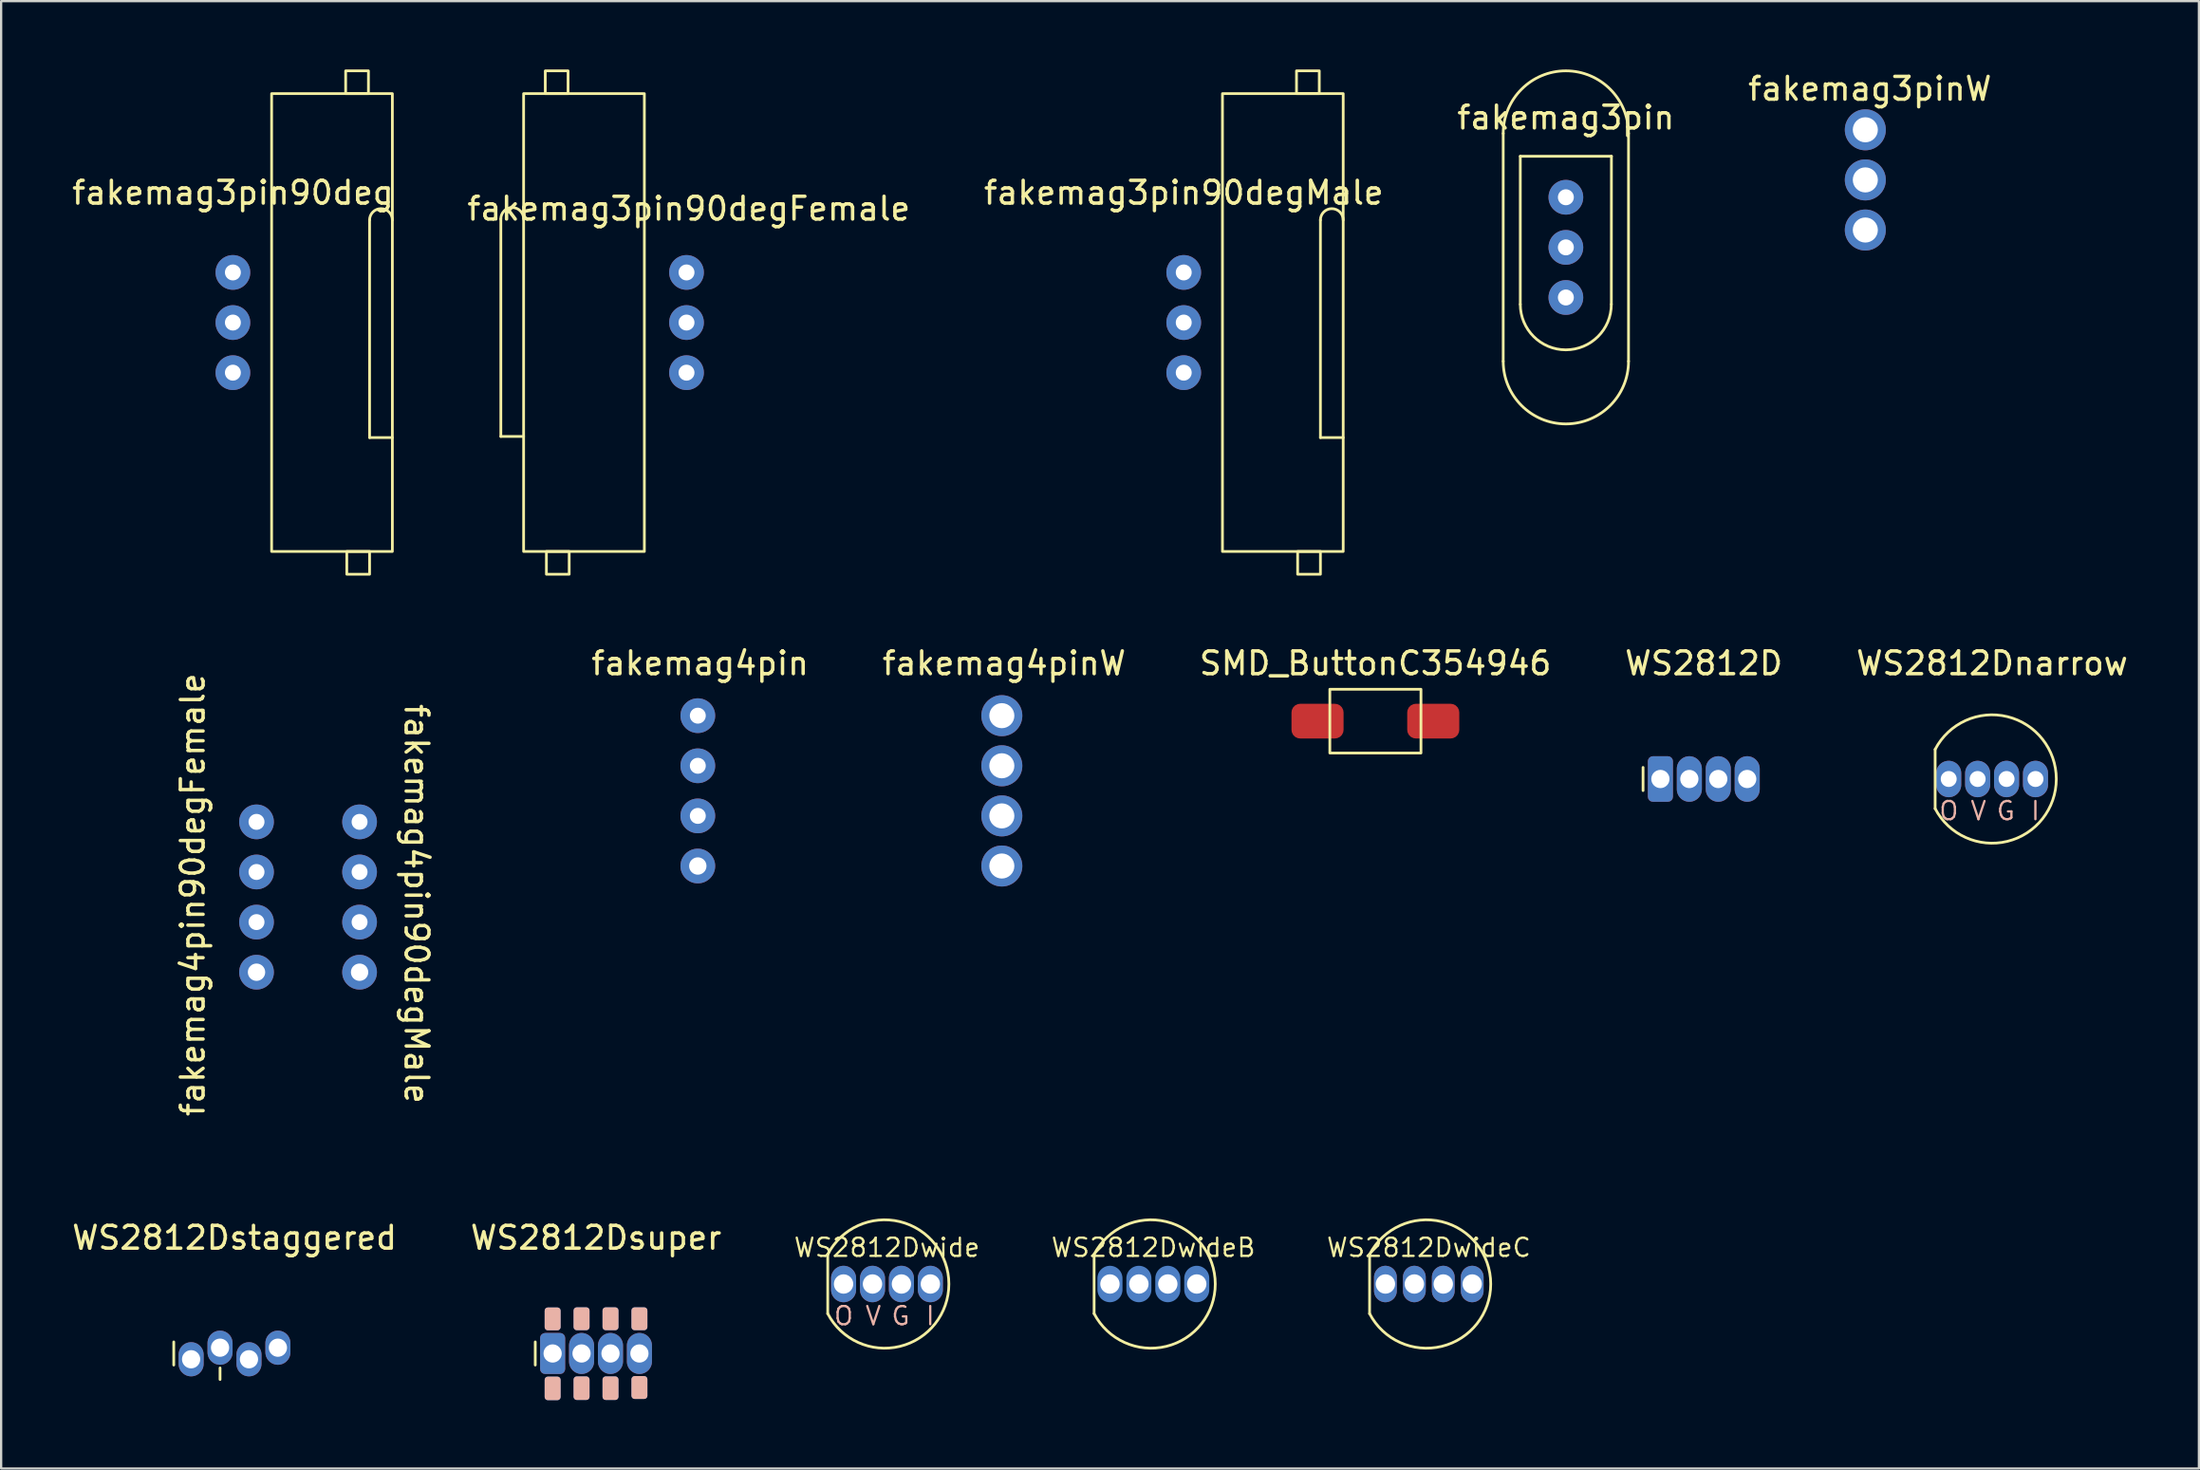
<source format=kicad_pcb>
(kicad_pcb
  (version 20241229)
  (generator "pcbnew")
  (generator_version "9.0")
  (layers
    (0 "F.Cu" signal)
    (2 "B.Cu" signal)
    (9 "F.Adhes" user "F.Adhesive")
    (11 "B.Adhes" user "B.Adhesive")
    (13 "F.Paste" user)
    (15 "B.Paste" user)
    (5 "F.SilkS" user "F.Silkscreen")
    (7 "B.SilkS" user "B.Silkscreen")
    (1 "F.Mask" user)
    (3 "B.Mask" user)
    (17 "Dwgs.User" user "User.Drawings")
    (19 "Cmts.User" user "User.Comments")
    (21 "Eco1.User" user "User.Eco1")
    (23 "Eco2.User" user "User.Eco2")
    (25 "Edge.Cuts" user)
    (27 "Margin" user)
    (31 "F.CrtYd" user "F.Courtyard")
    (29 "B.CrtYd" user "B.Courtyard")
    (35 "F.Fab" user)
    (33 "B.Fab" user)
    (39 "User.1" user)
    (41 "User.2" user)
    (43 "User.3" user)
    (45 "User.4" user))
  (footprint "WS2812Dstaggered"
    (layer "F.Cu")
    (at 7.244 56.368)
    (property "Reference" "WS2812Dstaggered" (at 0 -5.08 0) (unlocked yes) (layer "F.SilkS") (effects (font (size 1 1) (thickness 0.15))))
    (attr through_hole)
    (fp_line (start -2.667 -0.508) (end -2.667 0.508) (stroke (width 0.12) (type solid)) (layer "F.SilkS"))
    (fp_line (start -0.635 0.635) (end -0.635 1.143) (stroke (width 0.12) (type solid)) (layer "F.SilkS"))
    (pad "1" thru_hole oval (at -1.905 0.254) (size 1.1 1.5) (drill 0.8) (layers "*.Cu" "*.Mask"))
    (pad "2" thru_hole oval (at -0.635 -0.254) (size 1.1 1.5) (drill 0.8) (layers "*.Cu" "*.Mask"))
    (pad "3" thru_hole oval (at 0.635 0.254) (size 1.1 1.5) (drill 0.8) (layers "*.Cu" "*.Mask"))
    (pad "4" thru_hole oval (at 1.905 -0.254) (size 1.1 1.5) (drill 0.8) (layers "*.Cu" "*.Mask")))
  (footprint "fakemag4pin"
    (layer "F.Cu")
    (at 27.581 31.668)
    (property "Reference" "fakemag4pin" (at 0.1 -5.6 0) (unlocked yes) (layer "F.SilkS") (effects (font (size 1 1) (thickness 0.15))))
    (attr through_hole)
    (pad "1" thru_hole circle (at 0 -3.3) (size 1.524 1.524) (drill 0.7) (layers "*.Cu" "*.Mask"))
    (pad "2" thru_hole circle (at 0 -1.1) (size 1.524 1.524) (drill 0.7) (layers "*.Cu" "*.Mask"))
    (pad "3" thru_hole circle (at 0 1.1) (size 1.524 1.524) (drill 0.7) (layers "*.Cu" "*.Mask"))
    (pad "4" thru_hole circle (at 0 3.3) (size 1.524 1.524) (drill 0.762) (layers "*.Cu" "*.Mask")))
  (footprint "SMD_ButtonC354946"
    (layer "F.Cu")
    (at 57.324 28.608)
    (property "Reference" "SMD_ButtonC354946" (at 0 -2.54 0) (unlocked yes) (layer "F.SilkS") (effects (font (size 1 1) (thickness 0.15))))
    (attr smd)
    (fp_rect (start -2 -1.4) (end 2 1.4) (stroke (width 0.12) (type solid)) (fill no) (layer "F.SilkS"))
    (pad "1" smd roundrect (at -2.54 0) (size 2.286 1.524) (layers "F.Cu" "F.Mask" "F.Paste") (roundrect_rratio 0.25))
    (pad "2" smd roundrect (at 2.54 0) (size 2.286 1.524) (layers "F.Cu" "F.Mask" "F.Paste") (roundrect_rratio 0.25)))
  (footprint "WS2812DwideB"
    (layer "F.Cu")
    (at 47.577 53.318)
    (property "Reference" "WS2812DwideB" (at 0 -1.6 0) (unlocked yes) (layer "F.SilkS") (effects (font (size 0.8 0.8) (thickness 0.1))))
    (attr through_hole)
    (fp_line (start -2.6 -1.3) (end -2.6 1.3) (stroke (width 0.12) (type solid)) (layer "F.SilkS"))
    (fp_arc (start -2.6 -1.3) (mid 2.717823 0) (end -2.6 1.3) (stroke (width 0.12) (type solid)) (layer "F.SilkS"))
    (pad "" smd oval (at -1.905 0) (size 1.1 1.6) (layers "F.Mask" "B.Cu" "F.Paste"))
    (pad "" smd oval (at -0.635 0) (size 1.1 1.6) (layers "F.Mask" "B.Cu" "F.Paste"))
    (pad "" smd oval (at 0.635 0) (size 1.1 1.6) (layers "F.Mask" "B.Cu" "F.Paste"))
    (pad "" smd oval (at 1.905 0) (size 1.1 1.6) (layers "F.Mask" "B.Cu" "F.Paste"))
    (pad "1" thru_hole circle (at -1.905 0) (size 0.95 0.95) (drill 0.85) (layers "*.Cu" "*.Mask"))
    (pad "2" thru_hole circle (at -0.635 0) (size 0.95 0.95) (drill 0.85) (layers "*.Cu" "*.Mask"))
    (pad "3" thru_hole circle (at 0.635 0) (size 0.95 0.95) (drill 0.85) (layers "*.Cu" "*.Mask"))
    (pad "4" thru_hole circle (at 1.905 0) (size 0.95 0.95) (drill 0.85) (layers "*.Cu" "*.Mask")))
  (footprint "fakemag4pin90degFemale"
    (layer "F.Cu")
    (at 8.21 36.33)
    (property "Reference" "fakemag4pin90degFemale" (at -2.8 -0.1 90) (unlocked yes) (layer "F.SilkS") (effects (font (size 1 1) (thickness 0.15))))
    (attr through_hole)
    (fp_line (start -8.15 -4.55) (end -8.15 5) (stroke (width 0.12) (type solid)) (layer "User.1"))
    (fp_line (start -7.15 5) (end -8.15 5) (stroke (width 0.12) (type solid)) (layer "User.1"))
    (fp_rect (start -6.2 -10.05) (end -5.2 -11.05) (stroke (width 0.12) (type solid)) (fill no) (layer "User.1"))
    (fp_rect (start -6.15 11.05) (end -5.15 10.05) (stroke (width 0.12) (type solid)) (fill no) (layer "User.1"))
    (fp_rect (start -1.85 -10.05) (end -7.15 10.05) (stroke (width 0.12) (type solid)) (fill no) (layer "User.1"))
    (fp_arc (start -8.15 -4.55) (mid -7.65 -5.05) (end -7.15 -4.55) (stroke (width 0.12) (type solid)) (layer "User.1"))
    (pad "1" thru_hole circle (at 0 -3.3) (size 1.524 1.524) (drill 0.7) (layers "*.Cu" "*.Mask"))
    (pad "2" thru_hole circle (at 0 -1.1) (size 1.524 1.524) (drill 0.7) (layers "*.Cu" "*.Mask"))
    (pad "3" thru_hole circle (at 0 1.1) (size 1.524 1.524) (drill 0.7) (layers "*.Cu" "*.Mask"))
    (pad "4" thru_hole circle (at 0 3.3) (size 1.524 1.524) (drill 0.762) (layers "*.Cu" "*.Mask")))
  (footprint "WS2812Dwide"
    (layer "F.Cu")
    (at 35.884 53.318)
    (property "Reference" "WS2812Dwide" (at 0 -1.6 0) (unlocked yes) (layer "F.SilkS") (effects (font (size 0.8 0.8) (thickness 0.1))))
    (attr through_hole)
    (fp_line (start -2.6 -1.3) (end -2.6 1.3) (stroke (width 0.12) (type solid)) (layer "F.SilkS"))
    (fp_arc (start -2.6 -1.3) (mid 2.717823 0) (end -2.6 1.3) (stroke (width 0.12) (type solid)) (layer "F.SilkS"))
    (fp_text user "O" (at -1.9 1.4 0) (unlocked yes) (layer "B.SilkS") (effects (font (size 0.8 0.8) (thickness 0.1))))
    (fp_text user "G" (at 0.6 1.4 0) (unlocked yes) (layer "B.SilkS") (effects (font (size 0.8 0.8) (thickness 0.1))))
    (fp_text user "V" (at -0.6 1.4 0) (unlocked yes) (layer "B.SilkS") (effects (font (size 0.8 0.8) (thickness 0.1))))
    (fp_text user "I" (at 1.9 1.4 0) (unlocked yes) (layer "B.SilkS") (effects (font (size 0.8 0.8) (thickness 0.1))))
    (pad "1" thru_hole oval (at -1.905 0) (size 1.1 1.6) (drill 0.85) (layers "*.Cu" "*.Mask"))
    (pad "2" thru_hole oval (at -0.635 0) (size 1.1 1.6) (drill 0.85) (layers "*.Cu" "*.Mask"))
    (pad "3" thru_hole oval (at 0.635 0) (size 1.1 1.6) (drill 0.85) (layers "*.Cu" "*.Mask"))
    (pad "4" thru_hole oval (at 1.905 0) (size 1.1 1.6) (drill 0.85) (layers "*.Cu" "*.Mask")))
  (footprint "WS2812DwideC"
    (layer "F.Cu")
    (at 59.669 53.318)
    (property "Reference" "WS2812DwideC" (at 0 -1.6 0) (unlocked yes) (layer "F.SilkS") (effects (font (size 0.8 0.8) (thickness 0.1))))
    (attr through_hole)
    (fp_line (start -2.6 -1.3) (end -2.6 1.3) (stroke (width 0.12) (type solid)) (layer "F.SilkS"))
    (fp_arc (start -2.6 -1.3) (mid 2.717823 0) (end -2.6 1.3) (stroke (width 0.12) (type solid)) (layer "F.SilkS"))
    (pad "1" thru_hole oval (at -1.905 0) (size 1 1.6) (drill 0.85) (layers "*.Cu" "*.Mask"))
    (pad "2" thru_hole oval (at -0.635 0) (size 1 1.6) (drill 0.85) (layers "*.Cu" "*.Mask"))
    (pad "3" thru_hole oval (at 0.635 0) (size 1 1.6) (drill 0.85) (layers "*.Cu" "*.Mask"))
    (pad "4" thru_hole oval (at 1.905 0) (size 1 1.6) (drill 0.85) (layers "*.Cu" "*.Mask")))
  (footprint "WS2812D"
    (layer "F.Cu")
    (at 71.74 31.148)
    (property "Reference" "WS2812D" (at 0 -5.08 0) (unlocked yes) (layer "F.SilkS") (effects (font (size 1 1) (thickness 0.15))))
    (attr through_hole)
    (fp_line (start -2.667 -0.508) (end -2.667 0.508) (stroke (width 0.12) (type solid)) (layer "F.SilkS"))
    (pad "1" thru_hole roundrect (at -1.905 0) (size 1.1 2) (drill 0.8) (layers "*.Cu" "*.Mask") (roundrect_rratio 0.2) (chamfer_ratio 0.2) (chamfer))
    (pad "2" thru_hole oval (at -0.635 0) (size 1.1 2) (drill 0.8) (layers "*.Cu" "*.Mask"))
    (pad "3" thru_hole oval (at 0.635 0) (size 1.1 2) (drill 0.8) (layers "*.Cu" "*.Mask"))
    (pad "4" thru_hole oval (at 1.905 0) (size 1.1 2) (drill 0.8) (layers "*.Cu" "*.Mask")))
  (footprint "fakemag4pin90degMale"
    (layer "F.Cu")
    (at 12.734 36.33)
    (property "Reference" "fakemag4pin90degMale" (at 2.5 0.3 270) (unlocked yes) (layer "F.SilkS") (effects (font (size 1 1) (thickness 0.15))))
    (attr through_hole)
    (fp_line (start 6 -4.5) (end 6 5.05) (stroke (width 0.12) (type solid)) (layer "User.1"))
    (fp_line (start 6 5.05) (end 7 5.05) (stroke (width 0.12) (type solid)) (layer "User.1"))
    (fp_rect (start 1.7 -10.05) (end 7 10.05) (stroke (width 0.12) (type solid)) (fill no) (layer "User.1"))
    (fp_rect (start 5.95 -10.05) (end 4.95 -11.05) (stroke (width 0.12) (type solid)) (fill no) (layer "User.1"))
    (fp_rect (start 6 11.05) (end 5 10.05) (stroke (width 0.12) (type solid)) (fill no) (layer "User.1"))
    (fp_arc (start 6 -4.5) (mid 6.5 -5) (end 7 -4.5) (stroke (width 0.12) (type solid)) (layer "User.1"))
    (pad "1" thru_hole circle (at 0 3.3) (size 1.524 1.524) (drill 0.762) (layers "*.Cu" "*.Mask"))
    (pad "2" thru_hole circle (at 0 1.1) (size 1.524 1.524) (drill 0.7) (layers "*.Cu" "*.Mask"))
    (pad "3" thru_hole circle (at 0 -1.1) (size 1.524 1.524) (drill 0.7) (layers "*.Cu" "*.Mask"))
    (pad "4" thru_hole circle (at 0 -3.3) (size 1.524 1.524) (drill 0.7) (layers "*.Cu" "*.Mask")))
  (footprint "WS2812Dnarrow"
    (layer "F.Cu")
    (at 84.395 31.148)
    (property "Reference" "WS2812Dnarrow" (at 0 -5.08 0) (unlocked yes) (layer "F.SilkS") (effects (font (size 1 1) (thickness 0.15))))
    (attr through_hole)
    (fp_line (start -2.5 -1.3) (end -2.5 1.3) (stroke (width 0.12) (type solid)) (layer "F.SilkS"))
    (fp_arc (start -2.5 -1.3) (mid 2.817801 0) (end -2.5 1.3) (stroke (width 0.12) (type solid)) (layer "F.SilkS"))
    (fp_text user "V" (at -0.6 1.4 0) (unlocked yes) (layer "B.SilkS") (effects (font (size 0.8 0.8) (thickness 0.1))))
    (fp_text user "O" (at -1.9 1.4 0) (unlocked yes) (layer "B.SilkS") (effects (font (size 0.8 0.8) (thickness 0.1))))
    (fp_text user "G" (at 0.6 1.4 0) (unlocked yes) (layer "B.SilkS") (effects (font (size 0.8 0.8) (thickness 0.1))))
    (fp_text user "I" (at 1.9 1.4 0) (unlocked yes) (layer "B.SilkS") (effects (font (size 0.8 0.8) (thickness 0.1))))
    (pad "1" thru_hole oval (at -1.905 0) (size 1.1 1.6) (drill 0.7) (layers "*.Cu" "*.Mask"))
    (pad "2" thru_hole oval (at -0.635 0) (size 1.1 1.6) (drill 0.7) (layers "*.Cu" "*.Mask"))
    (pad "3" thru_hole oval (at 0.635 0) (size 1.1 1.6) (drill 0.7) (layers "*.Cu" "*.Mask"))
    (pad "4" thru_hole oval (at 1.905 0) (size 1.1 1.6) (drill 0.7) (layers "*.Cu" "*.Mask")))
  (footprint "fakemag3pin"
    (layer "F.Cu")
    (at 65.685 7.81)
    (property "Reference" "fakemag3pin" (at 0 -5.7 0) (unlocked yes) (layer "F.SilkS") (effects (font (size 1 1) (thickness 0.15))))
    (attr through_hole)
    (fp_line (start -2.75 5) (end -2.75 -5) (stroke (width 0.12) (type solid)) (layer "F.SilkS"))
    (fp_line (start -2 -4) (end -2 2.5) (stroke (width 0.12) (type solid)) (layer "F.SilkS"))
    (fp_line (start -2 -4) (end 2 -4) (stroke (width 0.12) (type solid)) (layer "F.SilkS"))
    (fp_line (start 2 -4) (end 1.996 2.5) (stroke (width 0.12) (type solid)) (layer "F.SilkS"))
    (fp_line (start 2.75 5) (end 2.75 -5) (stroke (width 0.12) (type solid)) (layer "F.SilkS"))
    (fp_arc (start -2.75 -5) (mid 0 -7.75) (end 2.75 -5) (stroke (width 0.12) (type solid)) (layer "F.SilkS"))
    (fp_arc (start 1.995615 2.5) (mid -0.002192 4.502178) (end -2 2.5) (stroke (width 0.12) (type solid)) (layer "F.SilkS"))
    (fp_arc (start 2.75 5) (mid 0 7.75) (end -2.75 5) (stroke (width 0.12) (type solid)) (layer "F.SilkS"))
    (pad "1" thru_hole circle (at 0 -2.2) (size 1.524 1.524) (drill 0.7) (layers "*.Cu" "*.Mask"))
    (pad "2" thru_hole circle (at 0 0) (size 1.524 1.524) (drill 0.7) (layers "*.Cu" "*.Mask"))
    (pad "3" thru_hole circle (at 0 2.2) (size 1.524 1.524) (drill 0.7) (layers "*.Cu" "*.Mask")))
  (footprint "WS2812Dsuper"
    (layer "F.Cu")
    (at 23.113 56.368)
    (property "Reference" "WS2812Dsuper" (at 0 -5.08 0) (unlocked yes) (layer "F.SilkS") (effects (font (size 1 1) (thickness 0.15))))
    (attr through_hole)
    (fp_line (start -2.667 -0.508) (end -2.667 0.508) (stroke (width 0.12) (type solid)) (layer "F.SilkS"))
    (pad "1" smd roundrect (at -1.905 -1.518) (size 0.7 1.004) (layers "B.Cu" "B.SilkS" "B.Paste") (roundrect_rratio 0.2) (chamfer_ratio 0.2) (chamfer))
    (pad "1" thru_hole roundrect (at -1.905 0) (size 1.1 1.8) (drill 0.8) (layers "*.Cu" "*.Mask") (roundrect_rratio 0.2) (chamfer_ratio 0.2) (chamfer))
    (pad "1" smd roundrect (at -1.905 1.533) (size 0.7 1.034) (layers "B.Cu" "B.SilkS" "B.Paste") (roundrect_rratio 0.2) (chamfer_ratio 0.2) (chamfer))
    (pad "2" smd roundrect (at -0.635 -1.524) (size 0.7 1.004) (layers "B.Cu" "B.SilkS" "B.Paste") (roundrect_rratio 0.2) (chamfer_ratio 0.2) (chamfer))
    (pad "2" thru_hole oval (at -0.635 0) (size 1.1 1.8) (drill 0.8) (layers "*.Cu" "*.Mask"))
    (pad "2" smd roundrect (at -0.635 1.524) (size 0.7 1.034) (layers "B.Cu" "B.SilkS" "B.Paste") (roundrect_rratio 0.2) (chamfer_ratio 0.2) (chamfer))
    (pad "3" smd roundrect (at 0.635 -1.524) (size 0.7 1.004) (layers "B.Cu" "B.SilkS" "B.Paste") (roundrect_rratio 0.2) (chamfer_ratio 0.2) (chamfer))
    (pad "3" thru_hole oval (at 0.635 0) (size 1.1 1.8) (drill 0.8) (layers "*.Cu" "*.Mask"))
    (pad "3" smd roundrect (at 0.635 1.524) (size 0.7 1.034) (layers "B.Cu" "B.SilkS" "B.Paste") (roundrect_rratio 0.2) (chamfer_ratio 0.2) (chamfer))
    (pad "4" smd roundrect (at 1.905 -1.524) (size 0.7 1.004) (layers "B.Cu" "B.SilkS" "B.Paste") (roundrect_rratio 0.2) (chamfer_ratio 0.2) (chamfer))
    (pad "4" thru_hole oval (at 1.905 0) (size 1.1 1.8) (drill 0.8) (layers "*.Cu" "*.Mask"))
    (pad "4" smd roundrect (at 1.905 1.494) (size 0.7 1.004) (layers "B.Cu" "B.SilkS" "B.Paste") (roundrect_rratio 0.2) (chamfer_ratio 0.2) (chamfer)))
  (footprint "fakemag3pin90deg"
    (layer "F.Cu")
    (at 7.173 11.11)
    (property "Reference" "fakemag3pin90deg" (at 0 -5.7 0) (unlocked yes) (layer "F.SilkS") (effects (font (size 1 1) (thickness 0.15))))
    (attr through_hole)
    (fp_line (start 6 -4.5) (end 6 5.05) (stroke (width 0.12) (type solid)) (layer "F.SilkS"))
    (fp_line (start 6 5.05) (end 7 5.05) (stroke (width 0.12) (type solid)) (layer "F.SilkS"))
    (fp_rect (start 1.7 -10.05) (end 7 10.05) (stroke (width 0.12) (type solid)) (fill no) (layer "F.SilkS"))
    (fp_rect (start 5.95 -10.05) (end 4.95 -11.05) (stroke (width 0.12) (type solid)) (fill no) (layer "F.SilkS"))
    (fp_rect (start 6 11.05) (end 5 10.05) (stroke (width 0.12) (type solid)) (fill no) (layer "F.SilkS"))
    (fp_arc (start 6 -4.5) (mid 6.5 -5) (end 7 -4.5) (stroke (width 0.12) (type solid)) (layer "F.SilkS"))
    (pad "1" thru_hole circle (at 0 -2.2) (size 1.524 1.524) (drill 0.7) (layers "*.Cu" "*.Mask"))
    (pad "2" thru_hole circle (at 0 0) (size 1.524 1.524) (drill 0.7) (layers "*.Cu" "*.Mask"))
    (pad "3" thru_hole circle (at 0 2.2) (size 1.524 1.524) (drill 0.7) (layers "*.Cu" "*.Mask")))
  (footprint "fakemag3pin90degFemale"
    (layer "F.Cu")
    (at 27.085 11.11)
    (property "Reference" "fakemag3pin90degFemale" (at 0.1 -5 0) (unlocked yes) (layer "F.SilkS") (effects (font (size 1 1) (thickness 0.15))))
    (attr through_hole)
    (fp_line (start -8.15 -4.55) (end -8.15 5) (stroke (width 0.12) (type solid)) (layer "F.SilkS"))
    (fp_line (start -7.15 5) (end -8.15 5) (stroke (width 0.12) (type solid)) (layer "F.SilkS"))
    (fp_rect (start -6.2 -10.05) (end -5.2 -11.05) (stroke (width 0.12) (type solid)) (fill no) (layer "F.SilkS"))
    (fp_rect (start -6.15 11.05) (end -5.15 10.05) (stroke (width 0.12) (type solid)) (fill no) (layer "F.SilkS"))
    (fp_rect (start -1.85 -10.05) (end -7.15 10.05) (stroke (width 0.12) (type solid)) (fill no) (layer "F.SilkS"))
    (fp_arc (start -8.15 -4.55) (mid -7.65 -5.05) (end -7.15 -4.55) (stroke (width 0.12) (type solid)) (layer "F.SilkS"))
    (pad "1" thru_hole circle (at 0 -2.2) (size 1.524 1.524) (drill 0.7) (layers "*.Cu" "*.Mask"))
    (pad "2" thru_hole circle (at 0 0) (size 1.524 1.524) (drill 0.7) (layers "*.Cu" "*.Mask"))
    (pad "3" thru_hole circle (at 0 2.2) (size 1.524 1.524) (drill 0.7) (layers "*.Cu" "*.Mask")))
  (footprint "fakemag3pin90degMale"
    (layer "F.Cu")
    (at 48.911 11.11)
    (property "Reference" "fakemag3pin90degMale" (at 0 -5.7 0) (unlocked yes) (layer "F.SilkS") (effects (font (size 1 1) (thickness 0.15))))
    (attr through_hole)
    (fp_line (start 6 -4.5) (end 6 5.05) (stroke (width 0.12) (type solid)) (layer "F.SilkS"))
    (fp_line (start 6 5.05) (end 7 5.05) (stroke (width 0.12) (type solid)) (layer "F.SilkS"))
    (fp_rect (start 1.7 -10.05) (end 7 10.05) (stroke (width 0.12) (type solid)) (fill no) (layer "F.SilkS"))
    (fp_rect (start 5.95 -10.05) (end 4.95 -11.05) (stroke (width 0.12) (type solid)) (fill no) (layer "F.SilkS"))
    (fp_rect (start 6 11.05) (end 5 10.05) (stroke (width 0.12) (type solid)) (fill no) (layer "F.SilkS"))
    (fp_arc (start 6 -4.5) (mid 6.5 -5) (end 7 -4.5) (stroke (width 0.12) (type solid)) (layer "F.SilkS"))
    (pad "1" thru_hole circle (at 0 -2.2) (size 1.524 1.524) (drill 0.7) (layers "*.Cu" "*.Mask"))
    (pad "2" thru_hole circle (at 0 0) (size 1.524 1.524) (drill 0.7) (layers "*.Cu" "*.Mask"))
    (pad "3" thru_hole circle (at 0 2.2) (size 1.524 1.524) (drill 0.7) (layers "*.Cu" "*.Mask")))
  (footprint "fakemag4pinW"
    (layer "F.Cu")
    (at 40.926 31.668)
    (property "Reference" "fakemag4pinW" (at 0.1 -5.6 0) (unlocked yes) (layer "F.SilkS") (effects (font (size 1 1) (thickness 0.15))))
    (attr through_hole)
    (pad "1" thru_hole circle (at 0 -3.3) (size 1.8 1.8) (drill 1.1) (layers "*.Cu" "*.Mask"))
    (pad "2" thru_hole circle (at 0 -1.1) (size 1.8 1.8) (drill 1.1) (layers "*.Cu" "*.Mask"))
    (pad "3" thru_hole circle (at 0 1.1) (size 1.8 1.8) (drill 1.1) (layers "*.Cu" "*.Mask"))
    (pad "4" thru_hole circle (at 0 3.3) (size 1.8 1.8) (drill 1.1) (layers "*.Cu" "*.Mask")))
  (footprint "fakemag3pinW"
    (layer "F.Cu")
    (at 78.83 4.848)
    (property "Reference" "fakemag3pinW" (at 0.2 -4 0) (unlocked yes) (layer "F.SilkS") (effects (font (size 1 1) (thickness 0.15))))
    (attr through_hole)
    (pad "1" thru_hole circle (at 0 -2.2) (size 1.8 1.8) (drill 1.1) (layers "*.Cu" "*.Mask"))
    (pad "2" thru_hole circle (at 0 0) (size 1.8 1.8) (drill 1.1) (layers "*.Cu" "*.Mask"))
    (pad "3" thru_hole circle (at 0 2.2) (size 1.8 1.8) (drill 1.1) (layers "*.Cu" "*.Mask")))
  (gr_rect
    (start -3 -3)
    (end 93.473 61.418)
    (stroke (width 0.1) (type default))
    (fill no)
    (layer "Edge.Cuts")))
</source>
